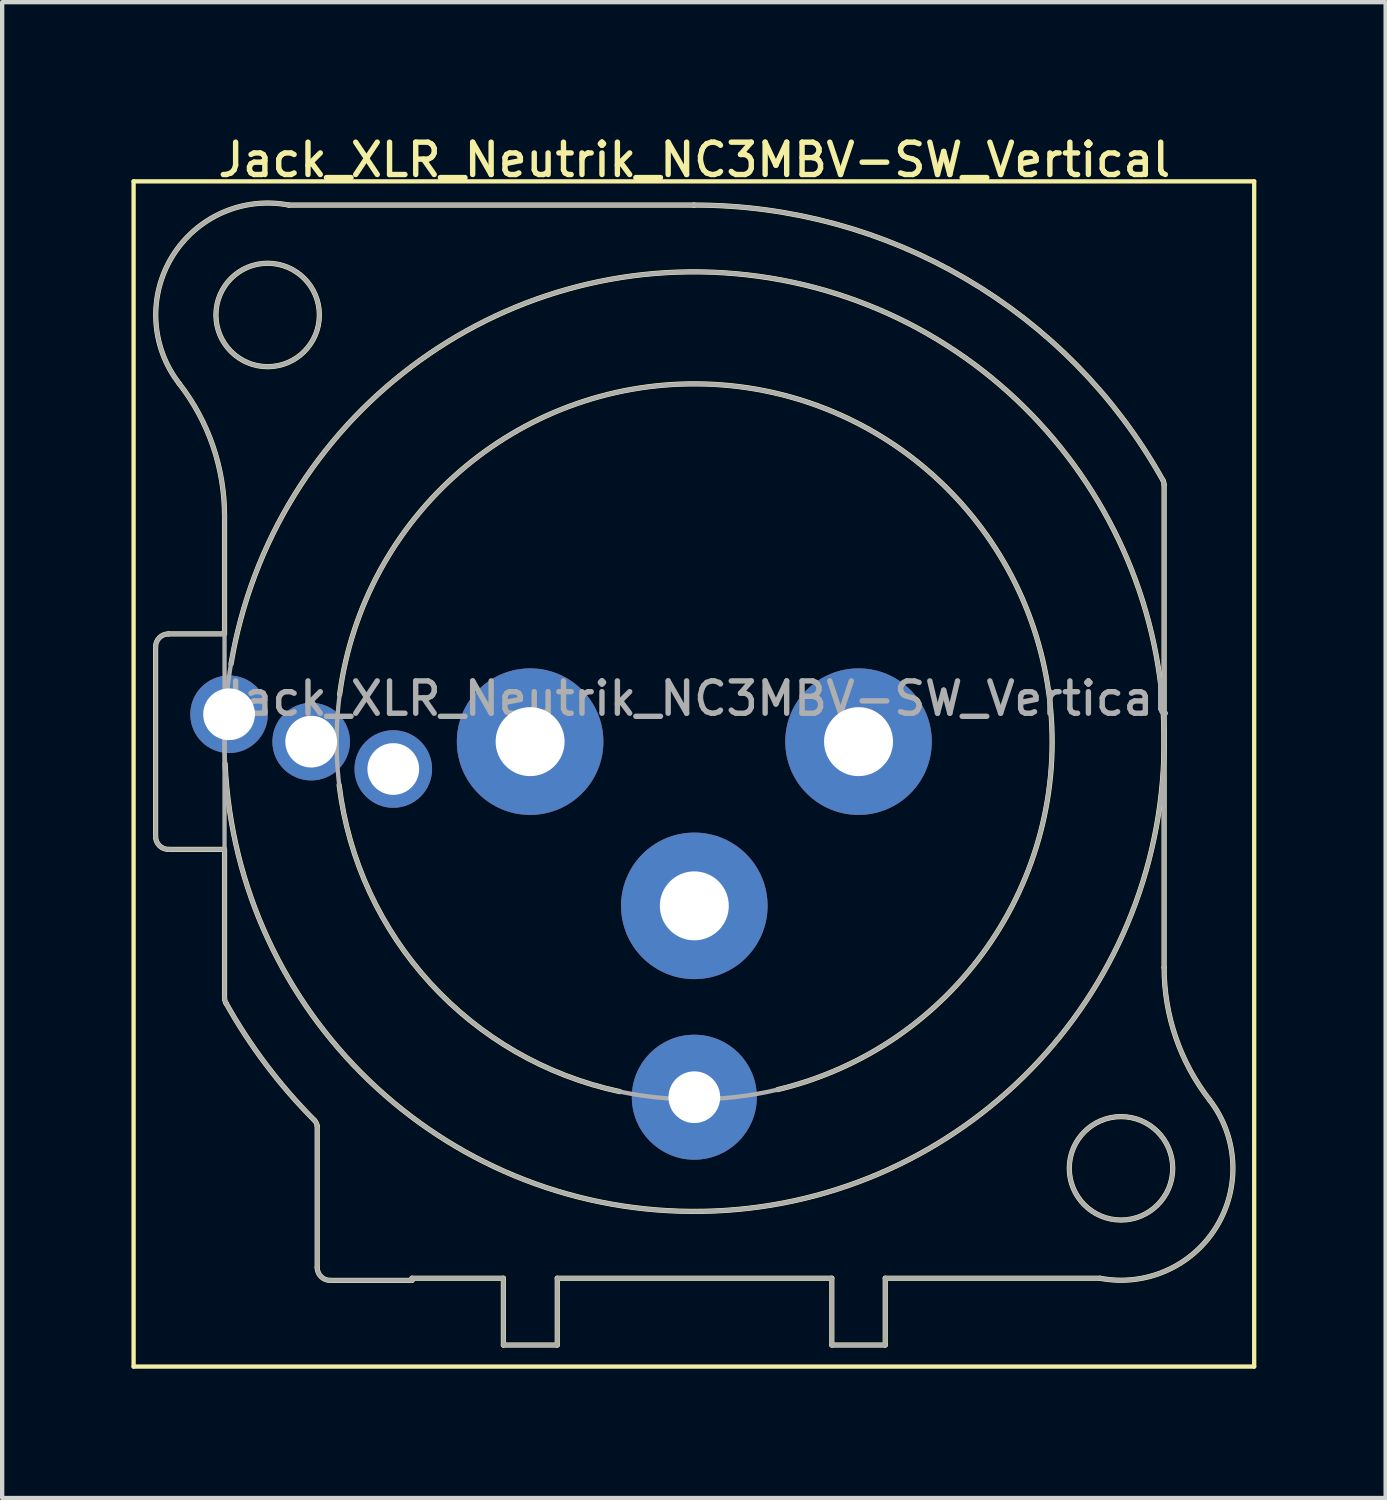
<source format=kicad_pcb>
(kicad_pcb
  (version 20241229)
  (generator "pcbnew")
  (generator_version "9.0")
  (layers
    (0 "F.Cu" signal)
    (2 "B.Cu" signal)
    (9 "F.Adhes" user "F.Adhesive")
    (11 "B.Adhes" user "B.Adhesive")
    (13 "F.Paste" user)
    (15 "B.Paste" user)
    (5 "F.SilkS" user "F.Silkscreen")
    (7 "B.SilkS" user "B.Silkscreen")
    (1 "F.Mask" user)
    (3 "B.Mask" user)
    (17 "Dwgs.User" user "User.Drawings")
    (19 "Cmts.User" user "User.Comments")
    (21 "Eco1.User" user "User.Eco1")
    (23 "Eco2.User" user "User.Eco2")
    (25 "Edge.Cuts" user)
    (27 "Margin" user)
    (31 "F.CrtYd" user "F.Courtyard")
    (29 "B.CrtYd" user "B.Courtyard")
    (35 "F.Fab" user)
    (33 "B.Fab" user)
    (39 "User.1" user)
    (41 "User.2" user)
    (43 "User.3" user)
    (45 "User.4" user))
  (footprint "Jack_XLR_Neutrik_NC3MBV-SW_Vertical"
    (layer "F.Cu")
    (at 9.25 14.158)
    (property "Reference" "Jack_XLR_Neutrik_NC3MBV-SW_Vertical" (at 3.81 -13.5 0) (layer "F.SilkS") (effects (font (size 0.75 0.75) (thickness 0.125))))
    (attr through_hole)
    (fp_line (start -9.2 -13) (end 16.8 -13) (stroke (width 0.1) (type solid)) (layer "F.SilkS"))
    (fp_line (start -9.2 14.5) (end -9.2 -13) (stroke (width 0.1) (type solid)) (layer "F.SilkS"))
    (fp_line (start -8.69 2.2) (end -8.69 -2.2) (stroke (width 0.12) (type solid)) (layer "F.SilkS"))
    (fp_line (start -7.09 -5.24) (end -7.09 -2.5) (stroke (width 0.12) (type solid)) (layer "F.SilkS"))
    (fp_line (start -7.09 -2.5) (end -8.39 -2.5) (stroke (width 0.12) (type solid)) (layer "F.SilkS"))
    (fp_line (start -7.09 2.5) (end -8.39 2.5) (stroke (width 0.12) (type solid)) (layer "F.SilkS"))
    (fp_line (start -7.09 2.5) (end -7.09 5.96) (stroke (width 0.12) (type solid)) (layer "F.SilkS"))
    (fp_line (start -4.94 12.2) (end -4.94 8.92) (stroke (width 0.12) (type solid)) (layer "F.SilkS"))
    (fp_line (start -4.64 12.5) (end -2.74 12.5) (stroke (width 0.12) (type solid)) (layer "F.SilkS"))
    (fp_line (start -2.74 12.45) (end -0.62 12.45) (stroke (width 0.12) (type solid)) (layer "F.SilkS"))
    (fp_line (start -2.74 12.5) (end -2.74 12.45) (stroke (width 0.12) (type solid)) (layer "F.SilkS"))
    (fp_line (start -0.62 12.45) (end -0.62 14) (stroke (width 0.12) (type solid)) (layer "F.SilkS"))
    (fp_line (start 0.63 12.45) (end 0.63 14) (stroke (width 0.12) (type solid)) (layer "F.SilkS"))
    (fp_line (start 0.63 12.45) (end 7 12.45) (stroke (width 0.12) (type solid)) (layer "F.SilkS"))
    (fp_line (start 0.63 14) (end -0.62 14) (stroke (width 0.12) (type solid)) (layer "F.SilkS"))
    (fp_line (start 3.81 -12.45) (end -5.6 -12.45) (stroke (width 0.12) (type solid)) (layer "F.SilkS"))
    (fp_line (start 7 12.45) (end 7 14) (stroke (width 0.12) (type solid)) (layer "F.SilkS"))
    (fp_line (start 8.24 12.45) (end 8.24 14) (stroke (width 0.12) (type solid)) (layer "F.SilkS"))
    (fp_line (start 8.24 12.45) (end 13.22 12.45) (stroke (width 0.12) (type solid)) (layer "F.SilkS"))
    (fp_line (start 8.24 14) (end 7 14) (stroke (width 0.12) (type solid)) (layer "F.SilkS"))
    (fp_line (start 14.71 5.24) (end 14.71 -5.96) (stroke (width 0.12) (type solid)) (layer "F.SilkS"))
    (fp_line (start 16.8 -13) (end 16.8 14.5) (stroke (width 0.1) (type solid)) (layer "F.SilkS"))
    (fp_line (start 16.8 14.5) (end -9.2 14.5) (stroke (width 0.1) (type solid)) (layer "F.SilkS"))
    (fp_arc (start -8.69 -2.2) (mid -8.602132 -2.412132) (end -8.39 -2.5) (stroke (width 0.12) (type solid)) (layer "F.SilkS"))
    (fp_arc (start -8.39 2.5) (mid -8.602132 2.412132) (end -8.69 2.2) (stroke (width 0.12) (type solid)) (layer "F.SilkS"))
    (fp_arc (start -8.14458 -8.311426) (mid -7.360989 -6.863715) (end -7.09 -5.24) (stroke (width 0.12) (type solid)) (layer "F.SilkS"))
    (fp_arc (start -8.141124 -8.307677) (mid -8.303366 -11.257798) (end -5.6 -12.45) (stroke (width 0.12) (type solid)) (layer "F.SilkS"))
    (fp_arc (start -7.048716 6.079059) (mid -7.076957 6.022165) (end -7.09 5.96) (stroke (width 0.12) (type solid)) (layer "F.SilkS"))
    (fp_arc (start -6.94 -1.8) (mid 14.690408 0.647469) (end -7.077605 0.512393) (stroke (width 0.12) (type solid)) (layer "F.SilkS"))
    (fp_arc (start -5.014621 8.775339) (mid -6.130462 7.487838) (end -7.06 6.06) (stroke (width 0.12) (type solid)) (layer "F.SilkS"))
    (fp_arc (start -5.008287 8.781679) (mid -4.96257 8.845126) (end -4.94 8.92) (stroke (width 0.12) (type solid)) (layer "F.SilkS"))
    (fp_arc (start -4.64 12.5) (mid -4.852132 12.412132) (end -4.94 12.2) (stroke (width 0.12) (type solid)) (layer "F.SilkS"))
    (fp_arc (start -4.42 -1.09) (mid 9.369821 -6.165176) (end 5.741766 8.073988) (stroke (width 0.12) (type solid)) (layer "F.SilkS"))
    (fp_arc (start 2.08 8.12) (mid -2.313728 5.606002) (end -4.430844 1.007866) (stroke (width 0.12) (type solid)) (layer "F.SilkS"))
    (fp_arc (start 3.792668 -12.44996) (mid 10.104527 -10.741542) (end 14.68 -6.07) (stroke (width 0.12) (type solid)) (layer "F.SilkS"))
    (fp_arc (start 14.680526 -6.07) (mid 14.702504 -6.01694) (end 14.71 -5.96) (stroke (width 0.12) (type solid)) (layer "F.SilkS"))
    (fp_arc (start 15.761124 8.307677) (mid 15.923366 11.257798) (end 13.22 12.45) (stroke (width 0.12) (type solid)) (layer "F.SilkS"))
    (fp_arc (start 15.76458 8.311426) (mid 14.980989 6.863715) (end 14.71 5.24) (stroke (width 0.12) (type solid)) (layer "F.SilkS"))
    (fp_circle (center -6.09 -9.9) (end -4.89 -9.9) (stroke (width 0.12) (type solid)) (fill no) (layer "F.SilkS"))
    (fp_circle (center 13.71 9.9) (end 14.91 9.9) (stroke (width 0.12) (type solid)) (fill no) (layer "F.SilkS"))
    (fp_line (start -8.69 2.2) (end -8.69 -2.2) (stroke (width 0.1) (type solid)) (layer "F.Fab"))
    (fp_line (start -7.09 -5.24) (end -7.09 5.96) (stroke (width 0.1) (type solid)) (layer "F.Fab"))
    (fp_line (start -7.09 -2.5) (end -8.39 -2.5) (stroke (width 0.1) (type solid)) (layer "F.Fab"))
    (fp_line (start -7.09 2.5) (end -8.39 2.5) (stroke (width 0.1) (type solid)) (layer "F.Fab"))
    (fp_line (start -4.94 12.2) (end -4.94 8.92) (stroke (width 0.1) (type solid)) (layer "F.Fab"))
    (fp_line (start -4.64 12.5) (end -2.74 12.5) (stroke (width 0.1) (type solid)) (layer "F.Fab"))
    (fp_line (start -2.74 12.45) (end -0.62 12.45) (stroke (width 0.1) (type solid)) (layer "F.Fab"))
    (fp_line (start -2.74 12.5) (end -2.74 12.45) (stroke (width 0.1) (type solid)) (layer "F.Fab"))
    (fp_line (start -0.62 12.45) (end -0.62 14) (stroke (width 0.1) (type solid)) (layer "F.Fab"))
    (fp_line (start 0.63 12.45) (end 0.63 14) (stroke (width 0.1) (type solid)) (layer "F.Fab"))
    (fp_line (start 0.63 12.45) (end 7 12.45) (stroke (width 0.1) (type solid)) (layer "F.Fab"))
    (fp_line (start 0.63 14) (end -0.62 14) (stroke (width 0.1) (type solid)) (layer "F.Fab"))
    (fp_line (start 3.81 -12.45) (end -5.6 -12.45) (stroke (width 0.1) (type solid)) (layer "F.Fab"))
    (fp_line (start 7 12.45) (end 7 14) (stroke (width 0.1) (type solid)) (layer "F.Fab"))
    (fp_line (start 8.24 12.45) (end 8.24 14) (stroke (width 0.1) (type solid)) (layer "F.Fab"))
    (fp_line (start 8.24 12.45) (end 13.22 12.45) (stroke (width 0.1) (type solid)) (layer "F.Fab"))
    (fp_line (start 8.24 14) (end 7 14) (stroke (width 0.1) (type solid)) (layer "F.Fab"))
    (fp_line (start 14.71 5.24) (end 14.71 -5.96) (stroke (width 0.1) (type solid)) (layer "F.Fab"))
    (fp_arc (start -8.69 -2.2) (mid -8.602132 -2.412132) (end -8.39 -2.5) (stroke (width 0.1) (type solid)) (layer "F.Fab"))
    (fp_arc (start -8.39 2.5) (mid -8.602132 2.412132) (end -8.69 2.2) (stroke (width 0.1) (type solid)) (layer "F.Fab"))
    (fp_arc (start -8.14458 -8.311426) (mid -7.360989 -6.863715) (end -7.09 -5.24) (stroke (width 0.1) (type solid)) (layer "F.Fab"))
    (fp_arc (start -8.141124 -8.307677) (mid -8.303366 -11.257798) (end -5.6 -12.45) (stroke (width 0.1) (type solid)) (layer "F.Fab"))
    (fp_arc (start -7.048716 6.079059) (mid -7.076957 6.022165) (end -7.09 5.96) (stroke (width 0.1) (type solid)) (layer "F.Fab"))
    (fp_arc (start -5.014621 8.775339) (mid -6.130462 7.487838) (end -7.06 6.06) (stroke (width 0.1) (type solid)) (layer "F.Fab"))
    (fp_arc (start -5.008287 8.781679) (mid -4.96257 8.845126) (end -4.94 8.92) (stroke (width 0.1) (type solid)) (layer "F.Fab"))
    (fp_arc (start -4.64 12.5) (mid -4.852132 12.412132) (end -4.94 12.2) (stroke (width 0.1) (type solid)) (layer "F.Fab"))
    (fp_arc (start 3.792668 -12.44996) (mid 10.104527 -10.741542) (end 14.68 -6.07) (stroke (width 0.1) (type solid)) (layer "F.Fab"))
    (fp_arc (start 14.680526 -6.07) (mid 14.702504 -6.01694) (end 14.71 -5.96) (stroke (width 0.1) (type solid)) (layer "F.Fab"))
    (fp_arc (start 15.761124 8.307677) (mid 15.923366 11.257798) (end 13.22 12.45) (stroke (width 0.1) (type solid)) (layer "F.Fab"))
    (fp_arc (start 15.76458 8.311426) (mid 14.980989 6.863715) (end 14.71 5.24) (stroke (width 0.1) (type solid)) (layer "F.Fab"))
    (fp_circle (center -6.09 -9.9) (end -4.89 -9.9) (stroke (width 0.1) (type solid)) (fill no) (layer "F.Fab"))
    (fp_circle (center 3.81 0) (end 12.11 0) (stroke (width 0.1) (type solid)) (fill no) (layer "F.Fab"))
    (fp_circle (center 3.81 0) (end 14.71 0) (stroke (width 0.1) (type solid)) (fill no) (layer "F.Fab"))
    (fp_circle (center 13.71 9.9) (end 14.91 9.9) (stroke (width 0.1) (type solid)) (fill no) (layer "F.Fab"))
    (fp_text user "${REFERENCE}" (at 3.81 -1 0) (layer "F.Fab") (effects (font (size 0.75 0.75) (thickness 0.125))))
    (pad "1" thru_hole circle (at 0 0) (size 3.4 3.4) (drill 1.6) (layers "*.Cu" "*.Mask"))
    (pad "2" thru_hole circle (at 7.62 0) (size 3.4 3.4) (drill 1.6) (layers "*.Cu" "*.Mask"))
    (pad "3" thru_hole circle (at 3.81 3.81) (size 3.4 3.4) (drill 1.6) (layers "*.Cu" "*.Mask"))
    (pad "G" thru_hole circle (at 3.81 8.25) (size 2.9 2.9) (drill 1.2) (layers "*.Cu" "*.Mask"))
    (pad "N" thru_hole circle (at -5.08 0) (size 1.8 1.8) (drill 1.2) (layers "*.Cu" "*.Mask"))
    (pad "NC" thru_hole circle (at -3.175 0.635) (size 1.8 1.8) (drill 1.2) (layers "*.Cu" "*.Mask"))
    (pad "NO" thru_hole circle (at -6.985 -0.635) (size 1.8 1.8) (drill 1.2) (layers "*.Cu" "*.Mask")))
  (gr_rect
    (start -3 -3)
    (end 29.1 31.708)
    (stroke (width 0.1) (type default))
    (fill no)
    (layer "Edge.Cuts")))
</source>
